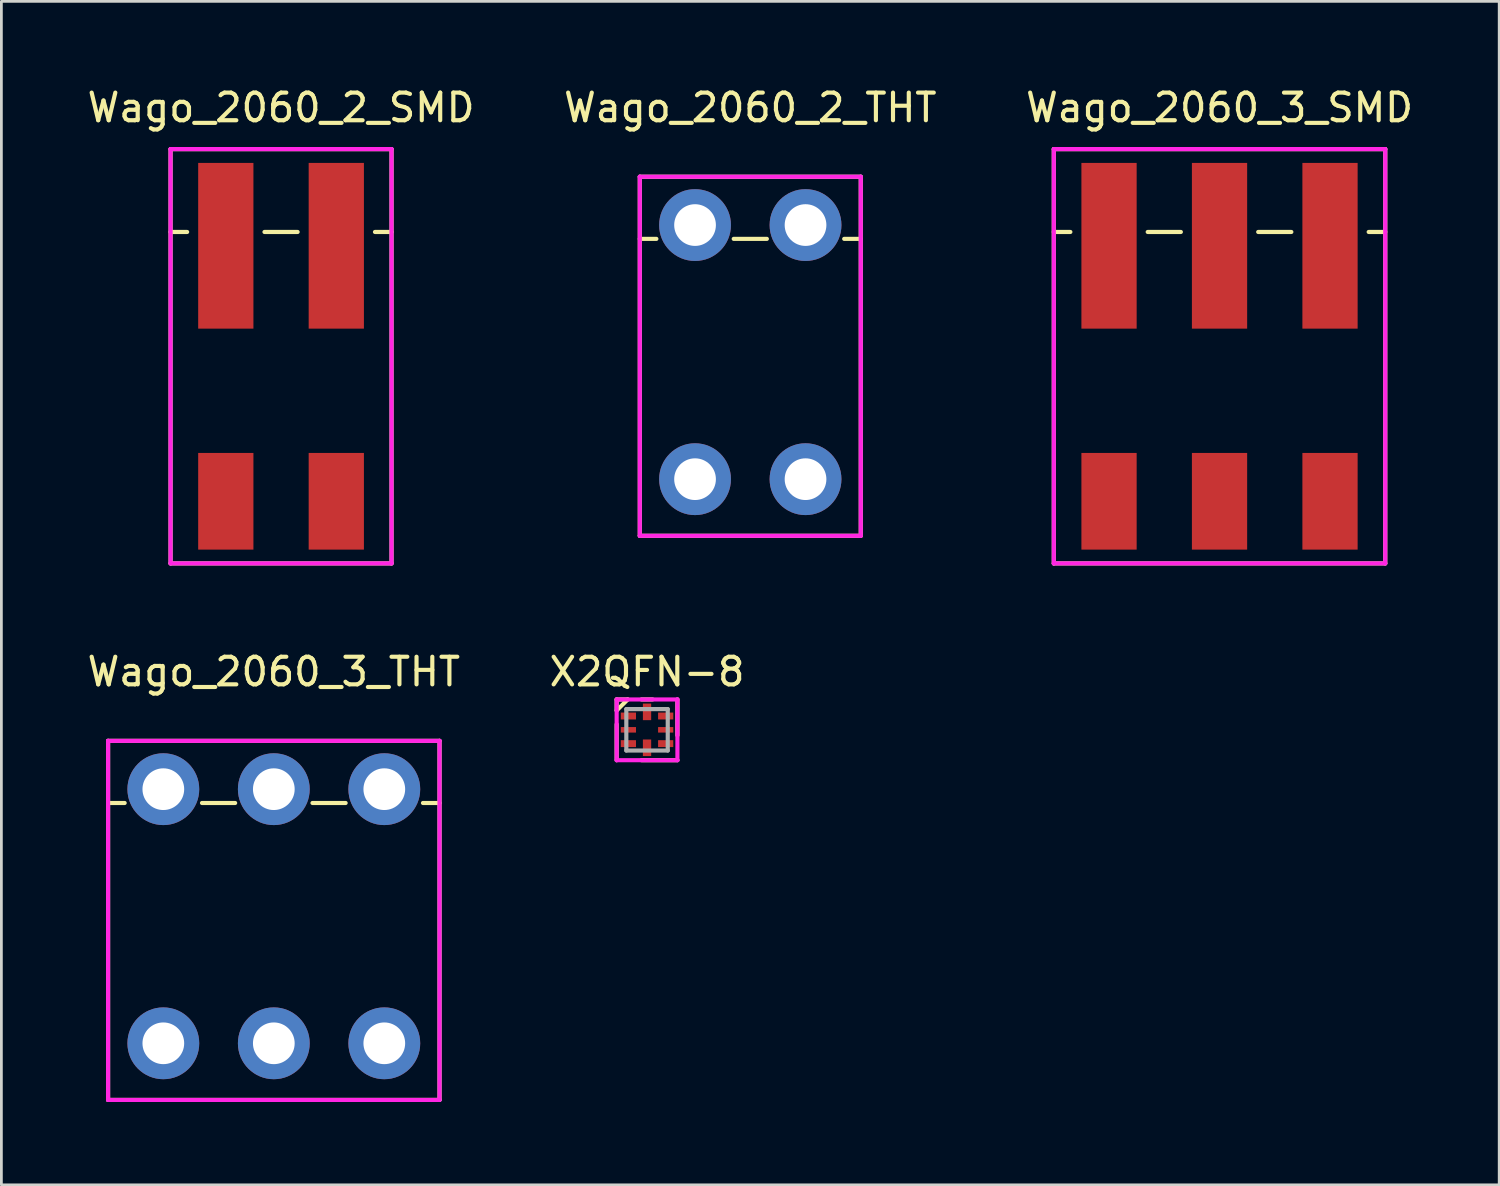
<source format=kicad_pcb>
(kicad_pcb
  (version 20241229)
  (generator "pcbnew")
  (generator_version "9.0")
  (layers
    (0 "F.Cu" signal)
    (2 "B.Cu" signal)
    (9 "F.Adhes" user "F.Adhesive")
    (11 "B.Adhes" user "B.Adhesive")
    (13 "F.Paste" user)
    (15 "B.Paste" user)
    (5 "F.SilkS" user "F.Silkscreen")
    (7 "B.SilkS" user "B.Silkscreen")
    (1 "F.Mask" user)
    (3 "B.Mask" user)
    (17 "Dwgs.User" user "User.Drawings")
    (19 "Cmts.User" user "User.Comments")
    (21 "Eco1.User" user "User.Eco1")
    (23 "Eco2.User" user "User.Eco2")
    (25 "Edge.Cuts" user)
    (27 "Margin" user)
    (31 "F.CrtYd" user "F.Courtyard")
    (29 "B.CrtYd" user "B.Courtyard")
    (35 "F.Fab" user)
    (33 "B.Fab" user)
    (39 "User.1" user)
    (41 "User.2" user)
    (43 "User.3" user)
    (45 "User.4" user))
  (footprint "Wago_2060_3_THT"
    (layer "F.Cu")
    (at 6.863 30.271)
    (property "Reference" "Wago_2060_3_THT" (at 0 -9 0) (layer "F.SilkS") (effects (font (size 1 1) (thickness 0.15))))
    (attr through_hole)
    (fp_line (start -6 -6.5) (end -6 6.5) (stroke (width 0.15) (type solid)) (layer "F.SilkS"))
    (fp_line (start -6 -4.25) (end -5.4 -4.25) (stroke (width 0.15) (type solid)) (layer "F.SilkS"))
    (fp_line (start -6 6.5) (end 6 6.5) (stroke (width 0.15) (type solid)) (layer "F.SilkS"))
    (fp_line (start -2.6 -4.25) (end -1.4 -4.25) (stroke (width 0.15) (type solid)) (layer "F.SilkS"))
    (fp_line (start 2.6 -4.25) (end 1.4 -4.25) (stroke (width 0.15) (type solid)) (layer "F.SilkS"))
    (fp_line (start 5.4 -4.25) (end 6 -4.25) (stroke (width 0.15) (type solid)) (layer "F.SilkS"))
    (fp_line (start 6 -6.5) (end -6 -6.5) (stroke (width 0.15) (type solid)) (layer "F.SilkS"))
    (fp_line (start 6 6.5) (end 6 -6.5) (stroke (width 0.15) (type solid)) (layer "F.SilkS"))
    (fp_line (start -6 -6.5) (end 6 -6.5) (stroke (width 0.15) (type solid)) (layer "F.CrtYd"))
    (fp_line (start -6 6.5) (end -6 -6.5) (stroke (width 0.15) (type solid)) (layer "F.CrtYd"))
    (fp_line (start 6 -6.5) (end 6 6.5) (stroke (width 0.15) (type solid)) (layer "F.CrtYd"))
    (fp_line (start 6 6.5) (end -6 6.5) (stroke (width 0.15) (type solid)) (layer "F.CrtYd"))
    (pad "1" thru_hole circle (at -4 -4.75) (size 2.6 2.6) (drill 1.51) (layers "*.Cu" "*.Mask"))
    (pad "1" thru_hole circle (at -4 4.45) (size 2.6 2.6) (drill 1.51) (layers "*.Cu" "*.Mask"))
    (pad "2" thru_hole circle (at 0 -4.75) (size 2.6 2.6) (drill 1.51) (layers "*.Cu" "*.Mask"))
    (pad "2" thru_hole circle (at 0 4.45) (size 2.6 2.6) (drill 1.51) (layers "*.Cu" "*.Mask"))
    (pad "3" thru_hole circle (at 4 -4.75) (size 2.6 2.6) (drill 1.51) (layers "*.Cu" "*.Mask"))
    (pad "3" thru_hole circle (at 4 4.45) (size 2.6 2.6) (drill 1.51) (layers "*.Cu" "*.Mask")))
  (footprint "Wago_2060_2_THT"
    (layer "F.Cu")
    (at 24.113 9.848)
    (property "Reference" "Wago_2060_2_THT" (at 0 -9 0) (layer "F.SilkS") (effects (font (size 1 1) (thickness 0.15))))
    (attr through_hole)
    (fp_line (start -4 -6.5) (end -4 6.5) (stroke (width 0.15) (type solid)) (layer "F.SilkS"))
    (fp_line (start -4 -4.25) (end -3.4 -4.25) (stroke (width 0.15) (type solid)) (layer "F.SilkS"))
    (fp_line (start -4 6.5) (end 4 6.5) (stroke (width 0.15) (type solid)) (layer "F.SilkS"))
    (fp_line (start -0.6 -4.25) (end 0.6 -4.25) (stroke (width 0.15) (type solid)) (layer "F.SilkS"))
    (fp_line (start 4 -6.5) (end -4 -6.5) (stroke (width 0.15) (type solid)) (layer "F.SilkS"))
    (fp_line (start 4 -4.25) (end 3.4 -4.25) (stroke (width 0.15) (type solid)) (layer "F.SilkS"))
    (fp_line (start 4 6.5) (end 4 -6.5) (stroke (width 0.15) (type solid)) (layer "F.SilkS"))
    (fp_line (start -4 -6.5) (end 4 -6.5) (stroke (width 0.15) (type solid)) (layer "F.CrtYd"))
    (fp_line (start -4 6.5) (end -4 -6.5) (stroke (width 0.15) (type solid)) (layer "F.CrtYd"))
    (fp_line (start 4 -6.5) (end 4 6.5) (stroke (width 0.15) (type solid)) (layer "F.CrtYd"))
    (fp_line (start 4 6.5) (end -4 6.5) (stroke (width 0.15) (type solid)) (layer "F.CrtYd"))
    (pad "1" thru_hole circle (at -2 -4.75) (size 2.6 2.6) (drill 1.51) (layers "*.Cu" "*.Mask"))
    (pad "1" thru_hole circle (at -2 4.45) (size 2.6 2.6) (drill 1.51) (layers "*.Cu" "*.Mask"))
    (pad "2" thru_hole circle (at 2 -4.75) (size 2.6 2.6) (drill 1.51) (layers "*.Cu" "*.Mask"))
    (pad "2" thru_hole circle (at 2 4.45) (size 2.6 2.6) (drill 1.51) (layers "*.Cu" "*.Mask")))
  (footprint "X2QFN-8"
    (layer "F.Cu")
    (at 20.375 23.372)
    (property "Reference" "X2QFN-8" (at 0 -2.1 0) (layer "F.SilkS") (effects (font (size 1 1) (thickness 0.15))))
    (attr through_hole)
    (fp_line (start -1.1 -1.1) (end -0.7 -1.1) (stroke (width 0.15) (type solid)) (layer "F.SilkS"))
    (fp_line (start -1.1 -0.7) (end -1.1 -1.1) (stroke (width 0.15) (type solid)) (layer "F.SilkS"))
    (fp_line (start -1.1 -0.7) (end -0.7 -1.1) (stroke (width 0.15) (type solid)) (layer "F.SilkS"))
    (fp_line (start -1.1 -0.2) (end -1.1 1.1) (stroke (width 0.15) (type solid)) (layer "F.SilkS"))
    (fp_line (start -0.2 -1.1) (end 0.2 -1.1) (stroke (width 0.15) (type solid)) (layer "F.SilkS"))
    (fp_line (start -0.2 1.1) (end 1.1 1.1) (stroke (width 0.15) (type solid)) (layer "F.SilkS"))
    (fp_line (start 1.1 -1.1) (end 1.1 0.2) (stroke (width 0.15) (type solid)) (layer "F.SilkS"))
    (fp_line (start -1.1 -1.1) (end 1.1 -1.1) (stroke (width 0.15) (type solid)) (layer "F.CrtYd"))
    (fp_line (start -1.1 1.1) (end -1.1 -1.1) (stroke (width 0.15) (type solid)) (layer "F.CrtYd"))
    (fp_line (start 1.1 -1.1) (end 1.1 1.1) (stroke (width 0.15) (type solid)) (layer "F.CrtYd"))
    (fp_line (start 1.1 1.1) (end -1.1 1.1) (stroke (width 0.15) (type solid)) (layer "F.CrtYd"))
    (fp_line (start -0.75 -0.75) (end 0.75 -0.75) (stroke (width 0.15) (type solid)) (layer "F.Fab"))
    (fp_line (start -0.75 0.75) (end -0.75 -0.75) (stroke (width 0.15) (type solid)) (layer "F.Fab"))
    (fp_line (start 0.75 -0.75) (end 0.75 0.75) (stroke (width 0.15) (type solid)) (layer "F.Fab"))
    (fp_line (start 0.75 0.75) (end -0.75 0.75) (stroke (width 0.15) (type solid)) (layer "F.Fab"))
    (pad "1" smd rect (at -0.675 -0.5) (size 0.55 0.25) (layers "F.Cu" "F.Mask" "F.Paste"))
    (pad "2" smd rect (at -0.675 0) (size 0.55 0.2) (layers "F.Cu" "F.Mask" "F.Paste"))
    (pad "3" smd rect (at -0.675 0.5) (size 0.55 0.25) (layers "F.Cu" "F.Mask" "F.Paste"))
    (pad "4" smd rect (at 0 0.65) (size 0.3 0.6) (layers "F.Cu" "F.Mask" "F.Paste"))
    (pad "5" smd rect (at 0.675 0.5) (size 0.55 0.25) (layers "F.Cu" "F.Mask" "F.Paste"))
    (pad "6" smd rect (at 0.675 0) (size 0.55 0.2) (layers "F.Cu" "F.Mask" "F.Paste"))
    (pad "7" smd rect (at 0.675 -0.5) (size 0.55 0.25) (layers "F.Cu" "F.Mask" "F.Paste"))
    (pad "8" smd rect (at 0 -0.65) (size 0.3 0.6) (layers "F.Cu" "F.Mask" "F.Paste")))
  (footprint "Wago_2060_3_SMD"
    (layer "F.Cu")
    (at 41.101 9.848)
    (property "Reference" "Wago_2060_3_SMD" (at 0 -9 0) (layer "F.SilkS") (effects (font (size 1 1) (thickness 0.15))))
    (attr through_hole)
    (fp_line (start -6 -7.5) (end -6 7.5) (stroke (width 0.15) (type solid)) (layer "F.SilkS"))
    (fp_line (start -6 -4.5) (end -5.4 -4.5) (stroke (width 0.15) (type solid)) (layer "F.SilkS"))
    (fp_line (start -6 7.5) (end 6 7.5) (stroke (width 0.15) (type solid)) (layer "F.SilkS"))
    (fp_line (start -2.6 -4.5) (end -1.4 -4.5) (stroke (width 0.15) (type solid)) (layer "F.SilkS"))
    (fp_line (start 1.4 -4.5) (end 2.6 -4.5) (stroke (width 0.15) (type solid)) (layer "F.SilkS"))
    (fp_line (start 6 -7.5) (end -6 -7.5) (stroke (width 0.15) (type solid)) (layer "F.SilkS"))
    (fp_line (start 6 -4.5) (end 5.4 -4.5) (stroke (width 0.15) (type solid)) (layer "F.SilkS"))
    (fp_line (start 6 7.5) (end 6 -7.5) (stroke (width 0.15) (type solid)) (layer "F.SilkS"))
    (fp_line (start -6 -7.5) (end 6 -7.5) (stroke (width 0.15) (type solid)) (layer "F.CrtYd"))
    (fp_line (start -6 7.5) (end -6 -7.5) (stroke (width 0.15) (type solid)) (layer "F.CrtYd"))
    (fp_line (start 6 -7.5) (end 6 7.5) (stroke (width 0.15) (type solid)) (layer "F.CrtYd"))
    (fp_line (start 6 7.5) (end -6 7.5) (stroke (width 0.15) (type solid)) (layer "F.CrtYd"))
    (pad "1" smd rect (at -4 -4) (size 2 6) (layers "F.Cu" "F.Mask" "F.Paste"))
    (pad "1" smd rect (at -4 5.25) (size 2 3.5) (layers "F.Cu" "F.Mask" "F.Paste"))
    (pad "2" smd rect (at 0 -4) (size 2 6) (layers "F.Cu" "F.Mask" "F.Paste"))
    (pad "2" smd rect (at 0 5.25) (size 2 3.5) (layers "F.Cu" "F.Mask" "F.Paste"))
    (pad "3" smd rect (at 4 -4) (size 2 6) (layers "F.Cu" "F.Mask" "F.Paste"))
    (pad "3" smd rect (at 4 5.25) (size 2 3.5) (layers "F.Cu" "F.Mask" "F.Paste")))
  (footprint "Wago_2060_2_SMD"
    (layer "F.Cu")
    (at 7.125 9.848)
    (property "Reference" "Wago_2060_2_SMD" (at 0 -9 0) (layer "F.SilkS") (effects (font (size 1 1) (thickness 0.15))))
    (attr through_hole)
    (fp_line (start -4 -7.5) (end -4 7.5) (stroke (width 0.15) (type solid)) (layer "F.SilkS"))
    (fp_line (start -4 -4.5) (end -3.4 -4.5) (stroke (width 0.15) (type solid)) (layer "F.SilkS"))
    (fp_line (start -4 7.5) (end 4 7.5) (stroke (width 0.15) (type solid)) (layer "F.SilkS"))
    (fp_line (start -0.6 -4.5) (end 0.6 -4.5) (stroke (width 0.15) (type solid)) (layer "F.SilkS"))
    (fp_line (start 4 -7.5) (end -4 -7.5) (stroke (width 0.15) (type solid)) (layer "F.SilkS"))
    (fp_line (start 4 -4.5) (end 3.4 -4.5) (stroke (width 0.15) (type solid)) (layer "F.SilkS"))
    (fp_line (start 4 7.5) (end 4 -7.5) (stroke (width 0.15) (type solid)) (layer "F.SilkS"))
    (fp_line (start -4 -7.5) (end 4 -7.5) (stroke (width 0.15) (type solid)) (layer "F.CrtYd"))
    (fp_line (start -4 7.5) (end -4 -7.5) (stroke (width 0.15) (type solid)) (layer "F.CrtYd"))
    (fp_line (start 4 -7.5) (end 4 7.5) (stroke (width 0.15) (type solid)) (layer "F.CrtYd"))
    (fp_line (start 4 7.5) (end -4 7.5) (stroke (width 0.15) (type solid)) (layer "F.CrtYd"))
    (pad "1" smd rect (at -2 -4) (size 2 6) (layers "F.Cu" "F.Mask" "F.Paste"))
    (pad "1" smd rect (at -2 5.25) (size 2 3.5) (layers "F.Cu" "F.Mask" "F.Paste"))
    (pad "2" smd rect (at 2 -4) (size 2 6) (layers "F.Cu" "F.Mask" "F.Paste"))
    (pad "2" smd rect (at 2 5.25) (size 2 3.5) (layers "F.Cu" "F.Mask" "F.Paste")))
  (gr_rect
    (start -3 -3)
    (end 51.226 39.846)
    (stroke (width 0.1) (type default))
    (fill no)
    (layer "Edge.Cuts")))
</source>
